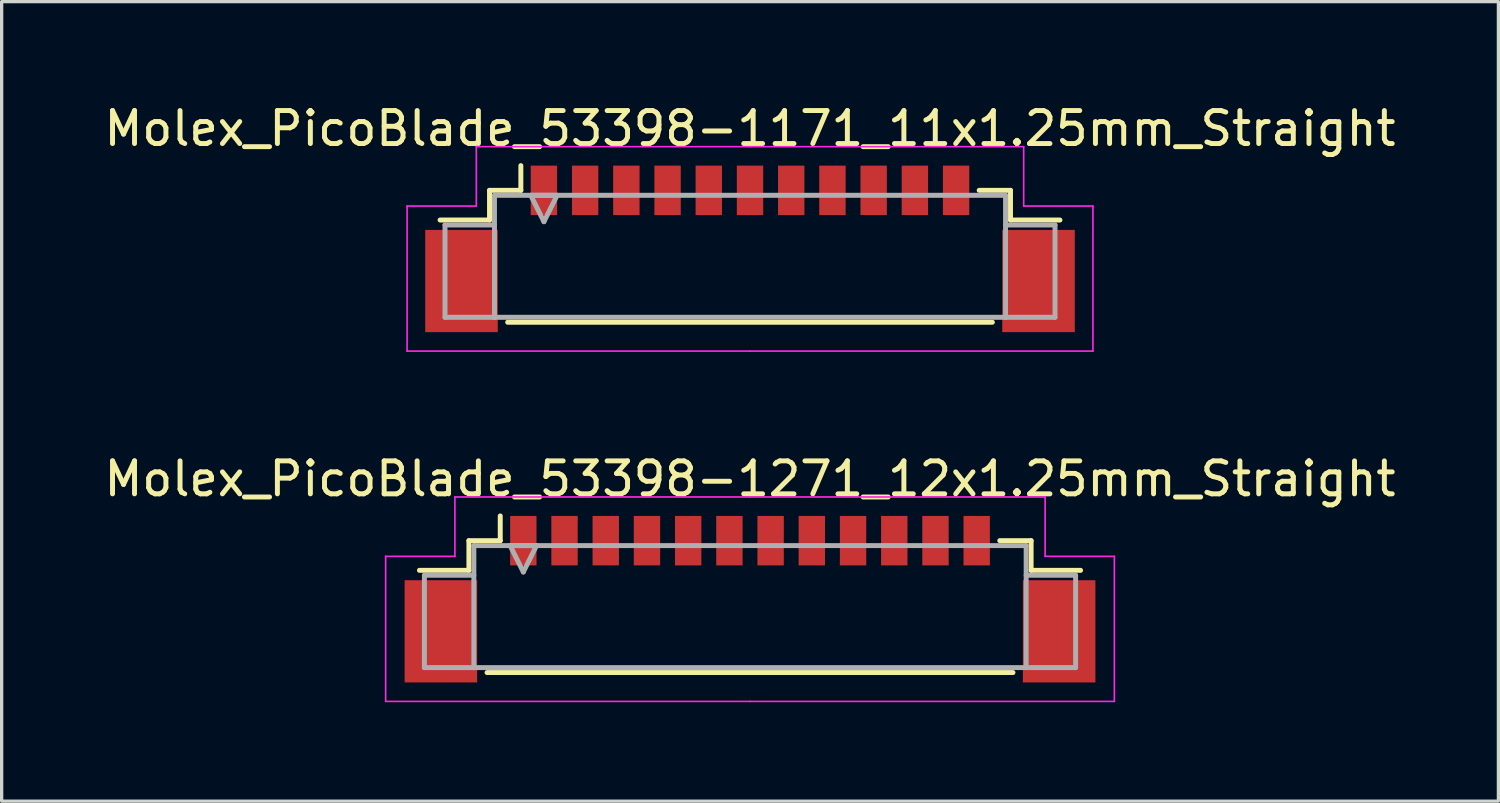
<source format=kicad_pcb>
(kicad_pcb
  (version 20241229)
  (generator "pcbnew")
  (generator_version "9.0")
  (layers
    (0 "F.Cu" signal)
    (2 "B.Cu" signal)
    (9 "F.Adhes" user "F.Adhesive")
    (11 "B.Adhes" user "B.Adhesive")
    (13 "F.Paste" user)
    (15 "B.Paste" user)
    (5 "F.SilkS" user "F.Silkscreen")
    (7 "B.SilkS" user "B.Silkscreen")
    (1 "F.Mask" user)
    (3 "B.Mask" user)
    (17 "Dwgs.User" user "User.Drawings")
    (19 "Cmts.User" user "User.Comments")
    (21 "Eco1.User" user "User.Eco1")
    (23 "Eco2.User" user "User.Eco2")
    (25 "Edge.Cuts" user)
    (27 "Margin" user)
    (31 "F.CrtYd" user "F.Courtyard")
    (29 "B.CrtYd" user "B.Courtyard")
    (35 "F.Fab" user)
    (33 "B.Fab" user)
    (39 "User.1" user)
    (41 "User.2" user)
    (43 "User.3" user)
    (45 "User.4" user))
  (footprint "Molex_PicoBlade_53398-1171_11x1.25mm_Straight"
    (layer "F.Cu")
    (at 19.696 4.098)
    (property "Reference" "Molex_PicoBlade_53398-1171_11x1.25mm_Straight" (at 0 -3.25 0) (layer "F.SilkS") (effects (font (size 1 1) (thickness 0.15))))
    (attr smd)
    (fp_line (start -7.9 -1.375) (end -7.9 -0.475) (stroke (width 0.15) (type solid)) (layer "F.SilkS"))
    (fp_line (start -7.9 -0.475) (end -9.4 -0.475) (stroke (width 0.15) (type solid)) (layer "F.SilkS"))
    (fp_line (start -7.35 2.625) (end 7.35 2.625) (stroke (width 0.15) (type solid)) (layer "F.SilkS"))
    (fp_line (start -6.95 -1.375) (end -7.9 -1.375) (stroke (width 0.15) (type solid)) (layer "F.SilkS"))
    (fp_line (start -6.95 -1.375) (end -6.95 -2.125) (stroke (width 0.15) (type solid)) (layer "F.SilkS"))
    (fp_line (start 6.95 -1.375) (end 7.9 -1.375) (stroke (width 0.15) (type solid)) (layer "F.SilkS"))
    (fp_line (start 7.9 -1.375) (end 7.9 -0.475) (stroke (width 0.15) (type solid)) (layer "F.SilkS"))
    (fp_line (start 7.9 -0.475) (end 9.4 -0.475) (stroke (width 0.15) (type solid)) (layer "F.SilkS"))
    (fp_line (start -10.4 -0.9) (end -10.4 3.5) (stroke (width 0.05) (type solid)) (layer "F.CrtYd"))
    (fp_line (start -10.4 3.5) (end 0 3.5) (stroke (width 0.05) (type solid)) (layer "F.CrtYd"))
    (fp_line (start -8.3 -2.7) (end -8.3 -0.9) (stroke (width 0.05) (type solid)) (layer "F.CrtYd"))
    (fp_line (start -8.3 -0.9) (end -10.4 -0.9) (stroke (width 0.05) (type solid)) (layer "F.CrtYd"))
    (fp_line (start 0 -2.7) (end -8.3 -2.7) (stroke (width 0.05) (type solid)) (layer "F.CrtYd"))
    (fp_line (start 0 -2.7) (end 8.3 -2.7) (stroke (width 0.05) (type solid)) (layer "F.CrtYd"))
    (fp_line (start 8.3 -2.7) (end 8.3 -0.9) (stroke (width 0.05) (type solid)) (layer "F.CrtYd"))
    (fp_line (start 8.3 -0.9) (end 10.4 -0.9) (stroke (width 0.05) (type solid)) (layer "F.CrtYd"))
    (fp_line (start 10.4 -0.9) (end 10.4 3.5) (stroke (width 0.05) (type solid)) (layer "F.CrtYd"))
    (fp_line (start 10.4 3.5) (end 0 3.5) (stroke (width 0.05) (type solid)) (layer "F.CrtYd"))
    (fp_line (start -9.25 -0.325) (end -7.75 -0.325) (stroke (width 0.15) (type solid)) (layer "F.Fab"))
    (fp_line (start -9.25 2.475) (end -9.25 -0.325) (stroke (width 0.15) (type solid)) (layer "F.Fab"))
    (fp_line (start -7.75 -1.225) (end -7.75 2.475) (stroke (width 0.15) (type solid)) (layer "F.Fab"))
    (fp_line (start -7.75 2.475) (end -9.25 2.475) (stroke (width 0.15) (type solid)) (layer "F.Fab"))
    (fp_line (start -7.75 2.475) (end 7.75 2.475) (stroke (width 0.15) (type solid)) (layer "F.Fab"))
    (fp_line (start -6.65 -1.225) (end -6.25 -0.425) (stroke (width 0.15) (type solid)) (layer "F.Fab"))
    (fp_line (start -6.25 -0.425) (end -5.85 -1.225) (stroke (width 0.15) (type solid)) (layer "F.Fab"))
    (fp_line (start -5.85 -1.225) (end -6.65 -1.225) (stroke (width 0.15) (type solid)) (layer "F.Fab"))
    (fp_line (start 7.75 -1.225) (end -7.75 -1.225) (stroke (width 0.15) (type solid)) (layer "F.Fab"))
    (fp_line (start 7.75 2.475) (end 7.75 -1.225) (stroke (width 0.15) (type solid)) (layer "F.Fab"))
    (fp_line (start 7.75 2.475) (end 9.25 2.475) (stroke (width 0.15) (type solid)) (layer "F.Fab"))
    (fp_line (start 9.25 -0.325) (end 7.75 -0.325) (stroke (width 0.15) (type solid)) (layer "F.Fab"))
    (fp_line (start 9.25 2.475) (end 9.25 -0.325) (stroke (width 0.15) (type solid)) (layer "F.Fab"))
    (pad "" smd rect (at -8.75 1.375) (size 2.2 3.1) (layers "F.Cu" "F.Mask" "F.Paste"))
    (pad "" smd rect (at 8.75 1.375) (size 2.2 3.1) (layers "F.Cu" "F.Mask" "F.Paste"))
    (pad "1" smd rect (at -6.25 -1.375) (size 0.8 1.5) (layers "F.Cu" "F.Mask" "F.Paste"))
    (pad "2" smd rect (at -5 -1.375) (size 0.8 1.5) (layers "F.Cu" "F.Mask" "F.Paste"))
    (pad "3" smd rect (at -3.75 -1.375) (size 0.8 1.5) (layers "F.Cu" "F.Mask" "F.Paste"))
    (pad "4" smd rect (at -2.5 -1.375) (size 0.8 1.5) (layers "F.Cu" "F.Mask" "F.Paste"))
    (pad "5" smd rect (at -1.25 -1.375) (size 0.8 1.5) (layers "F.Cu" "F.Mask" "F.Paste"))
    (pad "6" smd rect (at 0 -1.375) (size 0.8 1.5) (layers "F.Cu" "F.Mask" "F.Paste"))
    (pad "7" smd rect (at 1.25 -1.375) (size 0.8 1.5) (layers "F.Cu" "F.Mask" "F.Paste"))
    (pad "8" smd rect (at 2.5 -1.375) (size 0.8 1.5) (layers "F.Cu" "F.Mask" "F.Paste"))
    (pad "9" smd rect (at 3.75 -1.375) (size 0.8 1.5) (layers "F.Cu" "F.Mask" "F.Paste"))
    (pad "10" smd rect (at 5 -1.375) (size 0.8 1.5) (layers "F.Cu" "F.Mask" "F.Paste"))
    (pad "11" smd rect (at 6.25 -1.375) (size 0.8 1.5) (layers "F.Cu" "F.Mask" "F.Paste")))
  (footprint "Molex_PicoBlade_53398-1271_12x1.25mm_Straight"
    (layer "F.Cu")
    (at 19.696 14.722)
    (property "Reference" "Molex_PicoBlade_53398-1271_12x1.25mm_Straight" (at 0 -3.25 0) (layer "F.SilkS") (effects (font (size 1 1) (thickness 0.15))))
    (attr smd)
    (fp_line (start -8.525 -1.375) (end -8.525 -0.475) (stroke (width 0.15) (type solid)) (layer "F.SilkS"))
    (fp_line (start -8.525 -0.475) (end -10.025 -0.475) (stroke (width 0.15) (type solid)) (layer "F.SilkS"))
    (fp_line (start -7.975 2.625) (end 7.975 2.625) (stroke (width 0.15) (type solid)) (layer "F.SilkS"))
    (fp_line (start -7.575 -1.375) (end -8.525 -1.375) (stroke (width 0.15) (type solid)) (layer "F.SilkS"))
    (fp_line (start -7.575 -1.375) (end -7.575 -2.125) (stroke (width 0.15) (type solid)) (layer "F.SilkS"))
    (fp_line (start 7.575 -1.375) (end 8.525 -1.375) (stroke (width 0.15) (type solid)) (layer "F.SilkS"))
    (fp_line (start 8.525 -1.375) (end 8.525 -0.475) (stroke (width 0.15) (type solid)) (layer "F.SilkS"))
    (fp_line (start 8.525 -0.475) (end 10.025 -0.475) (stroke (width 0.15) (type solid)) (layer "F.SilkS"))
    (fp_line (start -11.05 -0.9) (end -11.05 3.5) (stroke (width 0.05) (type solid)) (layer "F.CrtYd"))
    (fp_line (start -11.05 3.5) (end 0 3.5) (stroke (width 0.05) (type solid)) (layer "F.CrtYd"))
    (fp_line (start -8.95 -2.7) (end -8.95 -0.9) (stroke (width 0.05) (type solid)) (layer "F.CrtYd"))
    (fp_line (start -8.95 -0.9) (end -11.05 -0.9) (stroke (width 0.05) (type solid)) (layer "F.CrtYd"))
    (fp_line (start 0 -2.7) (end -8.95 -2.7) (stroke (width 0.05) (type solid)) (layer "F.CrtYd"))
    (fp_line (start 0 -2.7) (end 8.95 -2.7) (stroke (width 0.05) (type solid)) (layer "F.CrtYd"))
    (fp_line (start 8.95 -2.7) (end 8.95 -0.9) (stroke (width 0.05) (type solid)) (layer "F.CrtYd"))
    (fp_line (start 8.95 -0.9) (end 11.05 -0.9) (stroke (width 0.05) (type solid)) (layer "F.CrtYd"))
    (fp_line (start 11.05 -0.9) (end 11.05 3.5) (stroke (width 0.05) (type solid)) (layer "F.CrtYd"))
    (fp_line (start 11.05 3.5) (end 0 3.5) (stroke (width 0.05) (type solid)) (layer "F.CrtYd"))
    (fp_line (start -9.875 -0.325) (end -8.375 -0.325) (stroke (width 0.15) (type solid)) (layer "F.Fab"))
    (fp_line (start -9.875 2.475) (end -9.875 -0.325) (stroke (width 0.15) (type solid)) (layer "F.Fab"))
    (fp_line (start -8.375 -1.225) (end -8.375 2.475) (stroke (width 0.15) (type solid)) (layer "F.Fab"))
    (fp_line (start -8.375 2.475) (end -9.875 2.475) (stroke (width 0.15) (type solid)) (layer "F.Fab"))
    (fp_line (start -8.375 2.475) (end 8.375 2.475) (stroke (width 0.15) (type solid)) (layer "F.Fab"))
    (fp_line (start -7.275 -1.225) (end -6.875 -0.425) (stroke (width 0.15) (type solid)) (layer "F.Fab"))
    (fp_line (start -6.875 -0.425) (end -6.475 -1.225) (stroke (width 0.15) (type solid)) (layer "F.Fab"))
    (fp_line (start -6.475 -1.225) (end -7.275 -1.225) (stroke (width 0.15) (type solid)) (layer "F.Fab"))
    (fp_line (start 8.375 -1.225) (end -8.375 -1.225) (stroke (width 0.15) (type solid)) (layer "F.Fab"))
    (fp_line (start 8.375 2.475) (end 8.375 -1.225) (stroke (width 0.15) (type solid)) (layer "F.Fab"))
    (fp_line (start 8.375 2.475) (end 9.875 2.475) (stroke (width 0.15) (type solid)) (layer "F.Fab"))
    (fp_line (start 9.875 -0.325) (end 8.375 -0.325) (stroke (width 0.15) (type solid)) (layer "F.Fab"))
    (fp_line (start 9.875 2.475) (end 9.875 -0.325) (stroke (width 0.15) (type solid)) (layer "F.Fab"))
    (pad "" smd rect (at -9.375 1.375) (size 2.2 3.1) (layers "F.Cu" "F.Mask" "F.Paste"))
    (pad "" smd rect (at 9.375 1.375) (size 2.2 3.1) (layers "F.Cu" "F.Mask" "F.Paste"))
    (pad "1" smd rect (at -6.875 -1.375) (size 0.8 1.5) (layers "F.Cu" "F.Mask" "F.Paste"))
    (pad "2" smd rect (at -5.625 -1.375) (size 0.8 1.5) (layers "F.Cu" "F.Mask" "F.Paste"))
    (pad "3" smd rect (at -4.375 -1.375) (size 0.8 1.5) (layers "F.Cu" "F.Mask" "F.Paste"))
    (pad "4" smd rect (at -3.125 -1.375) (size 0.8 1.5) (layers "F.Cu" "F.Mask" "F.Paste"))
    (pad "5" smd rect (at -1.875 -1.375) (size 0.8 1.5) (layers "F.Cu" "F.Mask" "F.Paste"))
    (pad "6" smd rect (at -0.625 -1.375) (size 0.8 1.5) (layers "F.Cu" "F.Mask" "F.Paste"))
    (pad "7" smd rect (at 0.625 -1.375) (size 0.8 1.5) (layers "F.Cu" "F.Mask" "F.Paste"))
    (pad "8" smd rect (at 1.875 -1.375) (size 0.8 1.5) (layers "F.Cu" "F.Mask" "F.Paste"))
    (pad "9" smd rect (at 3.125 -1.375) (size 0.8 1.5) (layers "F.Cu" "F.Mask" "F.Paste"))
    (pad "10" smd rect (at 4.375 -1.375) (size 0.8 1.5) (layers "F.Cu" "F.Mask" "F.Paste"))
    (pad "11" smd rect (at 5.625 -1.375) (size 0.8 1.5) (layers "F.Cu" "F.Mask" "F.Paste"))
    (pad "12" smd rect (at 6.875 -1.375) (size 0.8 1.5) (layers "F.Cu" "F.Mask" "F.Paste")))
  (gr_rect
    (start -3 -3)
    (end 42.393 21.247)
    (stroke (width 0.1) (type default))
    (fill no)
    (layer "Edge.Cuts")))
</source>
